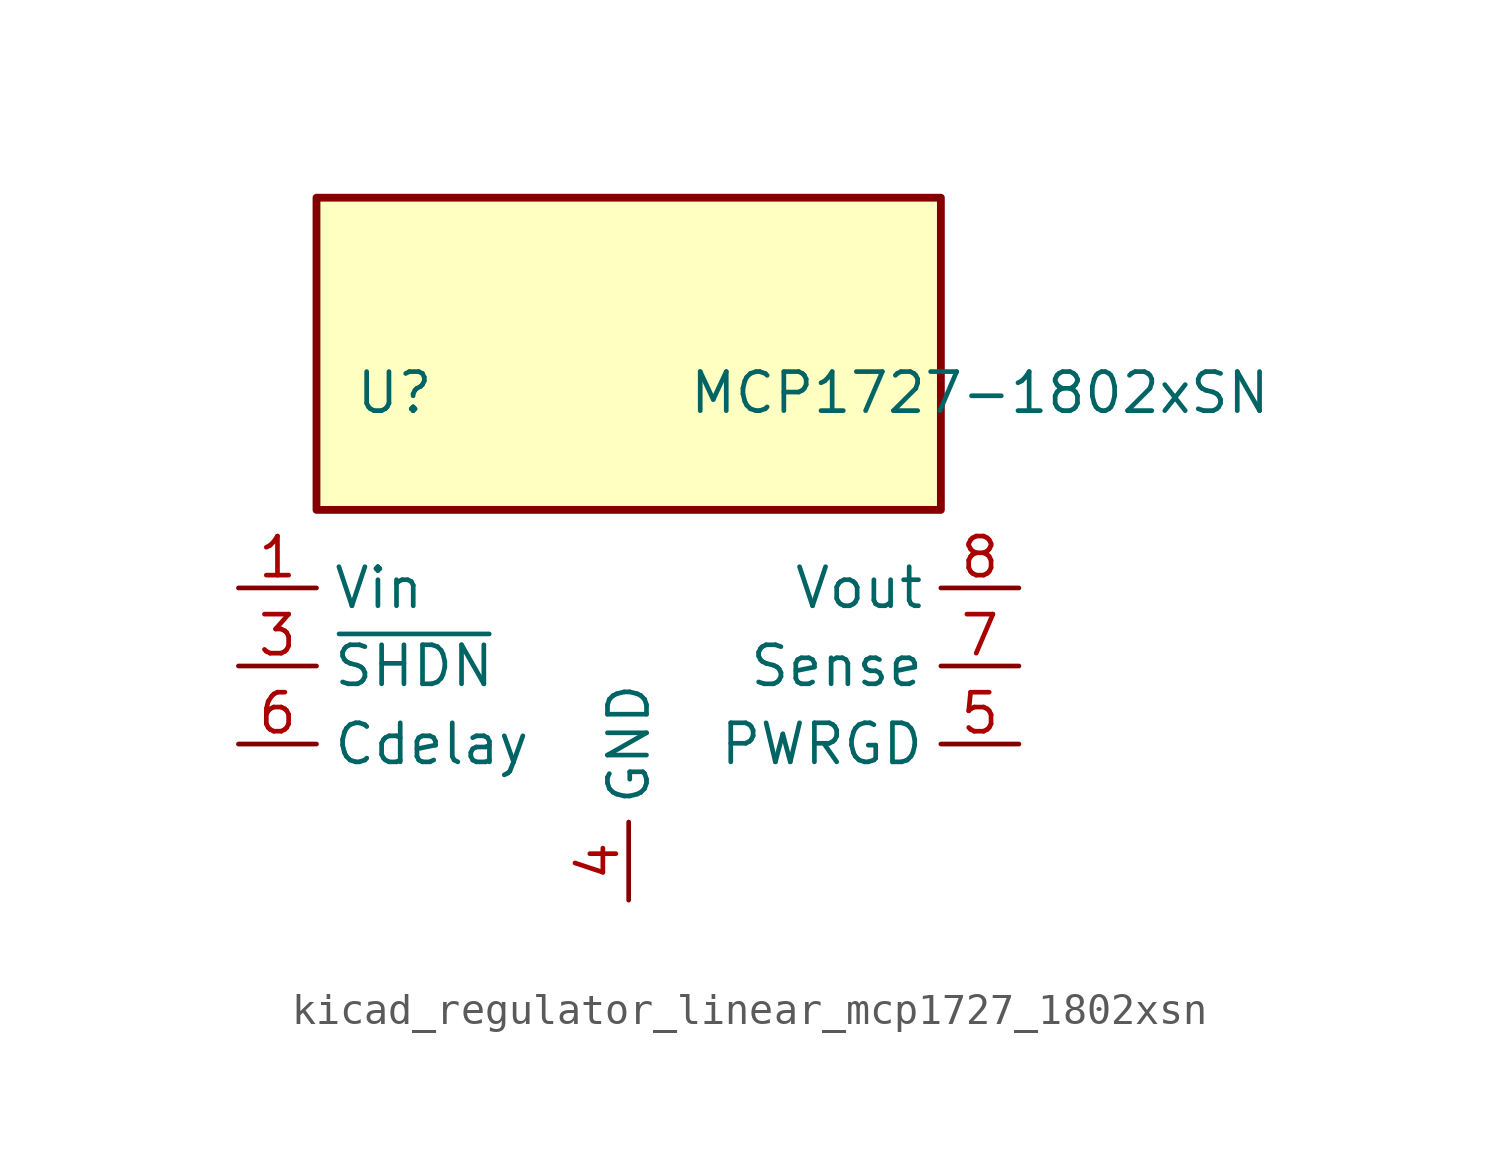
<source format=kicad_sym>
(kicad_symbol_lib
  (version 20220914)
  (generator kicad_symbol_editor)
  (symbol "kicad_regulator_linear_mcp1727_1802xsn"
    (property "Reference" "U"
      (at -7.62 8.89 0)
      (effects (font (size 1.27 1.27))))
    (property "Value" "MCP1727-1802xSN"
      (at 11.43 8.89 0)
      (effects (font (size 1.27 1.27))))
    (symbol "kicad_regulator_linear_mcp1727_1802xsn_0_0"
      (pin open_collector line (at 12.7 -2.54 180) (length 2.54) (name "PWRGD" (effects (font (size 1.27 1.27)))) (number "5" (effects (font (size 1.27 1.27)))))
      (pin input line (at -12.7 -2.54 0) (length 2.54) (name "Cdelay" (effects (font (size 1.27 1.27)))) (number "6" (effects (font (size 1.27 1.27)))))
      (pin input line (at 12.7 0 180) (length 2.54) (name "Sense" (effects (font (size 1.27 1.27)))) (number "7" (effects (font (size 1.27 1.27)))))
      (pin power_out line (at 12.7 2.54 180) (length 2.54) (name "Vout" (effects (font (size 1.27 1.27)))) (number "8" (effects (font (size 1.27 1.27))))))
    (symbol "kicad_regulator_linear_mcp1727_1802xsn_0_1"
      (rectangle (start 10.16 15.24) (end -10.16 5.08) (stroke (width 0.254) (type default)) (fill (type background))))
    (symbol "kicad_regulator_linear_mcp1727_1802xsn_1_1"
      (pin power_in line (at -12.7 2.54 0) (length 2.54) (name "Vin" (effects (font (size 1.27 1.27)))) (number "1" (effects (font (size 1.27 1.27)))))
      (pin passive line (at -12.7 2.54 0) (length 2.54) hide (name "Vin" (effects (font (size 1.27 1.27)))) (number "2" (effects (font (size 1.27 1.27)))))
      (pin input line (at -12.7 0 0) (length 2.54) (name "~{SHDN}" (effects (font (size 1.27 1.27)))) (number "3" (effects (font (size 1.27 1.27)))))
      (pin power_in line (at 0 -7.62 90) (length 2.54) (name "GND" (effects (font (size 1.27 1.27)))) (number "4" (effects (font (size 1.27 1.27))))))))
</source>
